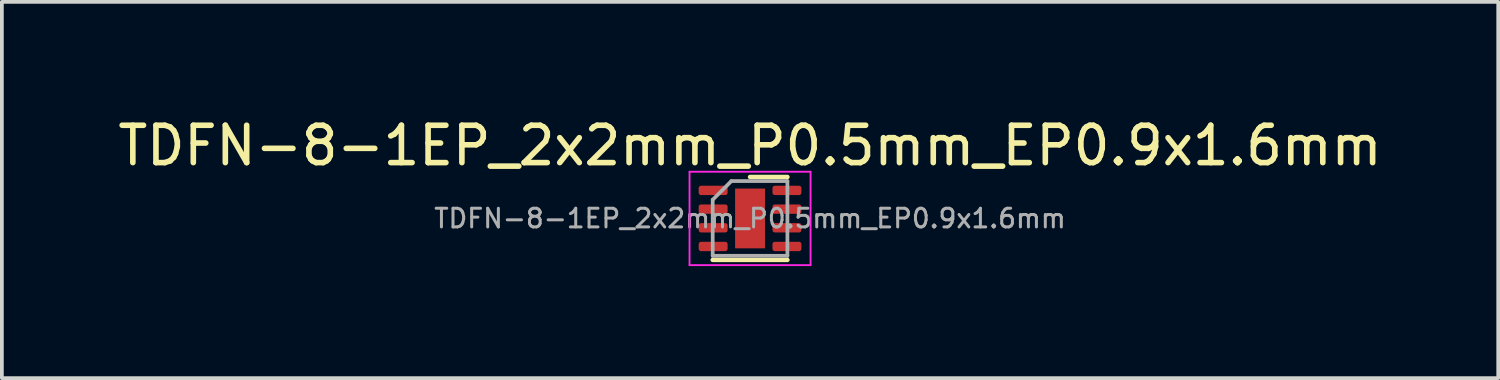
<source format=kicad_pcb>
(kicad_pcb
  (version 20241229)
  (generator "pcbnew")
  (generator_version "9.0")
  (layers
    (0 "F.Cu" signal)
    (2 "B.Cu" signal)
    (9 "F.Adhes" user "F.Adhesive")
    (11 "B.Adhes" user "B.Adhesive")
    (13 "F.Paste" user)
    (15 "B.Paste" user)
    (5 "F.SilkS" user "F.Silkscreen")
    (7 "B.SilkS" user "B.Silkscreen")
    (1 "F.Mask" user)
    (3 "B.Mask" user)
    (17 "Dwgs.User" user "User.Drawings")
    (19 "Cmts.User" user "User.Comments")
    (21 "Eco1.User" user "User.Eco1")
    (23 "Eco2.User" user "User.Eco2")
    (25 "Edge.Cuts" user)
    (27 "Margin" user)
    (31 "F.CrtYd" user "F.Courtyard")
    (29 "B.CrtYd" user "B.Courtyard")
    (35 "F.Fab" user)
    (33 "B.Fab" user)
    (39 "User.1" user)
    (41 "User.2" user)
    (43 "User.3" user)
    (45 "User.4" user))
  (footprint "TDFN-8-1EP_2x2mm_P0.5mm_EP0.9x1.6mm"
    (layer "F.Cu")
    (at 17.03 2.798)
    (property "Reference" "TDFN-8-1EP_2x2mm_P0.5mm_EP0.9x1.6mm" (at 0 -1.95 0) (layer "F.SilkS") (effects (font (size 1 1) (thickness 0.15))))
    (attr smd)
    (fp_line (start -1 1.11) (end 1 1.11) (stroke (width 0.12) (type solid)) (layer "F.SilkS"))
    (fp_line (start 0 -1.11) (end 1 -1.11) (stroke (width 0.12) (type solid)) (layer "F.SilkS"))
    (fp_line (start -1.62 -1.25) (end -1.62 1.25) (stroke (width 0.05) (type solid)) (layer "F.CrtYd"))
    (fp_line (start -1.62 1.25) (end 1.62 1.25) (stroke (width 0.05) (type solid)) (layer "F.CrtYd"))
    (fp_line (start 1.62 -1.25) (end -1.62 -1.25) (stroke (width 0.05) (type solid)) (layer "F.CrtYd"))
    (fp_line (start 1.62 1.25) (end 1.62 -1.25) (stroke (width 0.05) (type solid)) (layer "F.CrtYd"))
    (fp_line (start -1 -0.5) (end -0.5 -1) (stroke (width 0.1) (type solid)) (layer "F.Fab"))
    (fp_line (start -1 1) (end -1 -0.5) (stroke (width 0.1) (type solid)) (layer "F.Fab"))
    (fp_line (start -0.5 -1) (end 1 -1) (stroke (width 0.1) (type solid)) (layer "F.Fab"))
    (fp_line (start 1 -1) (end 1 1) (stroke (width 0.1) (type solid)) (layer "F.Fab"))
    (fp_line (start 1 1) (end -1 1) (stroke (width 0.1) (type solid)) (layer "F.Fab"))
    (fp_text user "${REFERENCE}" (at 0 0 0) (layer "F.Fab") (effects (font (size 0.5 0.5) (thickness 0.08))))
    (pad "" smd roundrect (at -0.2 -0.4) (size 0.32 0.68) (layers "F.Paste") (roundrect_rratio 0.25))
    (pad "" smd roundrect (at -0.2 0.4) (size 0.32 0.68) (layers "F.Paste") (roundrect_rratio 0.25))
    (pad "" smd roundrect (at 0.2 -0.4) (size 0.32 0.68) (layers "F.Paste") (roundrect_rratio 0.25))
    (pad "" smd roundrect (at 0.2 0.4) (size 0.32 0.68) (layers "F.Paste") (roundrect_rratio 0.25))
    (pad "1" smd roundrect (at -0.988 -0.75) (size 0.775 0.25) (layers "F.Cu" "F.Mask" "F.Paste") (roundrect_rratio 0.25))
    (pad "2" smd roundrect (at -0.988 -0.25) (size 0.775 0.25) (layers "F.Cu" "F.Mask" "F.Paste") (roundrect_rratio 0.25))
    (pad "3" smd roundrect (at -0.988 0.25) (size 0.775 0.25) (layers "F.Cu" "F.Mask" "F.Paste") (roundrect_rratio 0.25))
    (pad "4" smd roundrect (at -0.988 0.75) (size 0.775 0.25) (layers "F.Cu" "F.Mask" "F.Paste") (roundrect_rratio 0.25))
    (pad "5" smd roundrect (at 0.988 0.75) (size 0.775 0.25) (layers "F.Cu" "F.Mask" "F.Paste") (roundrect_rratio 0.25))
    (pad "6" smd roundrect (at 0.988 0.25) (size 0.775 0.25) (layers "F.Cu" "F.Mask" "F.Paste") (roundrect_rratio 0.25))
    (pad "7" smd roundrect (at 0.988 -0.25) (size 0.775 0.25) (layers "F.Cu" "F.Mask" "F.Paste") (roundrect_rratio 0.25))
    (pad "8" smd roundrect (at 0.988 -0.75) (size 0.775 0.25) (layers "F.Cu" "F.Mask" "F.Paste") (roundrect_rratio 0.25))
    (pad "9" smd rect (at 0 0) (size 0.8 1.6) (layers "F.Cu" "F.Mask")))
  (gr_rect
    (start -3 -3)
    (end 37.06 7.073)
    (stroke (width 0.1) (type default))
    (fill no)
    (layer "Edge.Cuts")))
</source>
